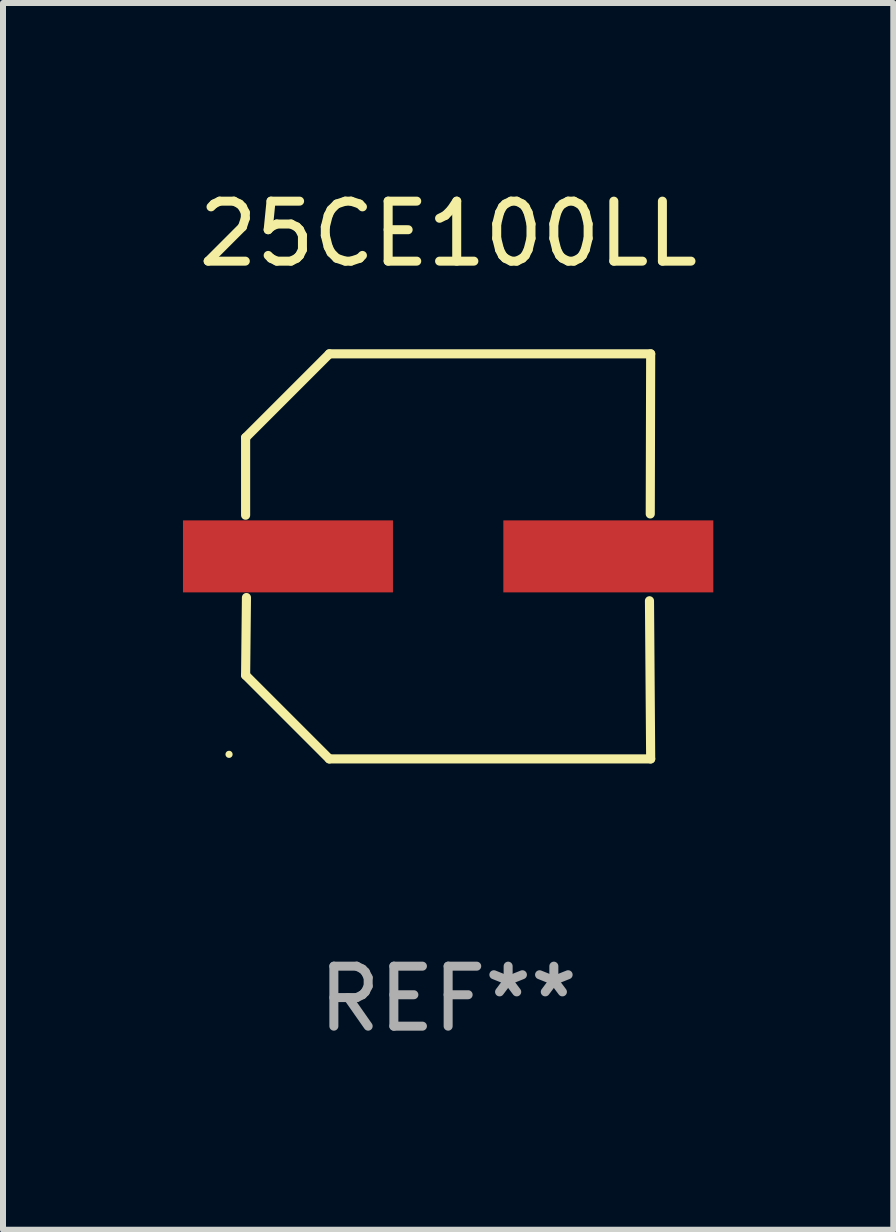
<source format=kicad_pcb>
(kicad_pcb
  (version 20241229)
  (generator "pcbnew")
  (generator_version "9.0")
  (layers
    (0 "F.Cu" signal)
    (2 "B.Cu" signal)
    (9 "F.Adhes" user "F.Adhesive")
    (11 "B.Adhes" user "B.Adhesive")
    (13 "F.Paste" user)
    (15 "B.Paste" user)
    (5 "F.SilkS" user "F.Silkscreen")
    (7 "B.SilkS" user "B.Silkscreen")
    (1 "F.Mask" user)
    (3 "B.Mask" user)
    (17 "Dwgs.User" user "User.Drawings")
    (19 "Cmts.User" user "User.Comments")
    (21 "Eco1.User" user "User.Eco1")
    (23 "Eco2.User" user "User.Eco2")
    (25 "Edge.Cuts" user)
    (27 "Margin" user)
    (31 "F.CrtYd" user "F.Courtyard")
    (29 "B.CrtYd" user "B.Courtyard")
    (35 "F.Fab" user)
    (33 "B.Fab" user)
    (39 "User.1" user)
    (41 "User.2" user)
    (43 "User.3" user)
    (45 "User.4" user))
  (footprint "25CE100LL"
    (layer "F.Cu")
    (at 4.42 6.224)
    (property "Reference" "25CE100LL" (at 0 -5.376 0) (layer "F.SilkS") (effects (font (size 1 1) (thickness 0.15))))
    (attr through_hole)
    (fp_line (start -3.376 -1.98) (end -3.376 -0.686) (stroke (width 0.152) (type solid)) (layer "F.SilkS"))
    (fp_line (start -3.376 1.981) (end -3.362 0.686) (stroke (width 0.152) (type solid)) (layer "F.SilkS"))
    (fp_line (start -1.981 3.376) (end -3.376 1.981) (stroke (width 0.152) (type solid)) (layer "F.SilkS"))
    (fp_line (start -1.98 -3.376) (end -3.376 -1.98) (stroke (width 0.152) (type solid)) (layer "F.SilkS"))
    (fp_line (start 3.356 0.74) (end 3.376 3.376) (stroke (width 0.152) (type solid)) (layer "F.SilkS"))
    (fp_line (start 3.369 -0.707) (end 3.376 -3.376) (stroke (width 0.152) (type solid)) (layer "F.SilkS"))
    (fp_line (start 3.376 3.376) (end -1.981 3.376) (stroke (width 0.152) (type solid)) (layer "F.SilkS"))
    (fp_line (start 3.376 -3.376) (end -1.98 -3.376) (stroke (width 0.152) (type solid)) (layer "F.SilkS"))
    (fp_circle (center -3.652 3.3) (end -3.622 3.3) (stroke (width 0.06) (type solid)) (fill no) (layer "F.SilkS"))
    (fp_text user "REF**" (at 0 7.376 0) (layer "F.Fab") (effects (font (size 1 1) (thickness 0.15))))
    (pad "1" smd rect (at -2.67 0.000229) (size 3.5 1.2) (layers "F.Cu" "F.Mask" "F.Paste"))
    (pad "2" smd rect (at 2.67 0.000229) (size 3.5 1.2) (layers "F.Cu" "F.Mask" "F.Paste")))
  (gr_rect
    (start -3 -3)
    (end 11.84 17.448)
    (stroke (width 0.1) (type default))
    (fill no)
    (layer "Edge.Cuts")))
</source>
